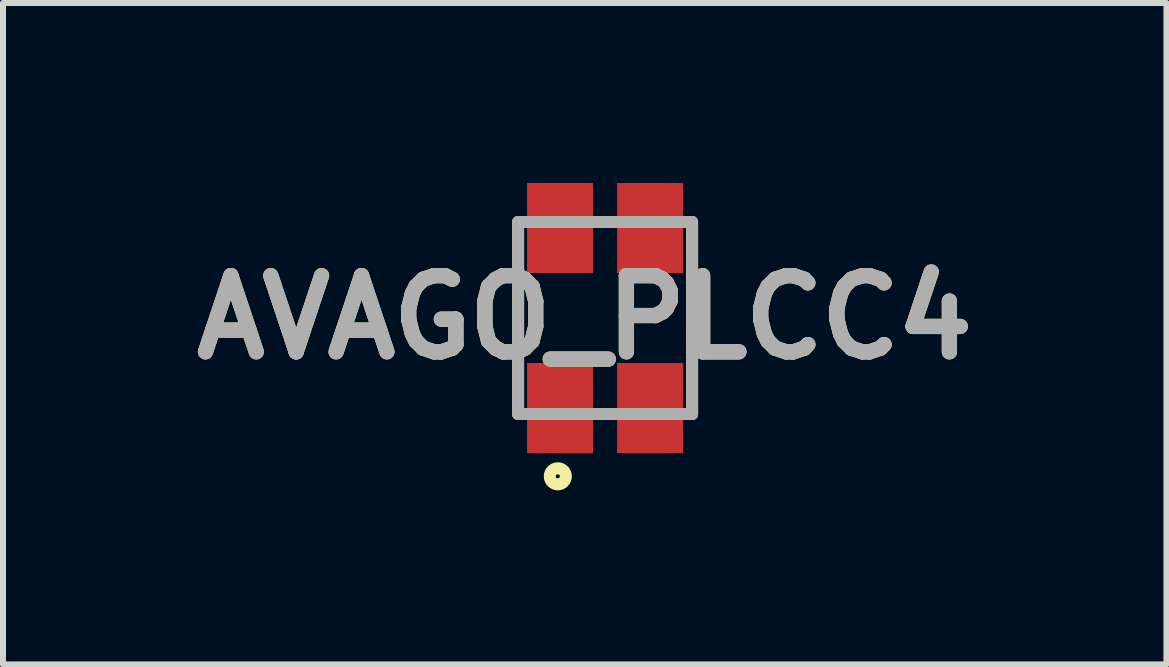
<source format=kicad_pcb>
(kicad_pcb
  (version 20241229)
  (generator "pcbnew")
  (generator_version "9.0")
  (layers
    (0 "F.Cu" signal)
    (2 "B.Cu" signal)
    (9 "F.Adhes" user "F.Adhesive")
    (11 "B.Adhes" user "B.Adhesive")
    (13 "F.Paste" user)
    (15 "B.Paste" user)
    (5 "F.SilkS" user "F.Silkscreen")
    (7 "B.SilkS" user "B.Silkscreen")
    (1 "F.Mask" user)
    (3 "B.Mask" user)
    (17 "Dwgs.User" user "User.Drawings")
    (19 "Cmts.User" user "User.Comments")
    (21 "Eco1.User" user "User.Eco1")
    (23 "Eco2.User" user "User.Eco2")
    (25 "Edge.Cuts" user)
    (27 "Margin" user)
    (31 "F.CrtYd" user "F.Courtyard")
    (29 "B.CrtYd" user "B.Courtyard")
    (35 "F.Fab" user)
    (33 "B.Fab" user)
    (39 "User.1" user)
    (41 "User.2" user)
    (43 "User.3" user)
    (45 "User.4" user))
  (footprint "AVAGO_PLCC4"
    (layer "F.Cu")
    (at 7.034 2.25)
    (property "Reference" "AVAGO_PLCC4" (at -0.34 -0.011 0) (layer "F.SilkS") (effects (font (size 1.27 1.27) (thickness 0.254))))
    (attr smd)
    (fp_line (start -1.45 -1.6) (end -1.45 1.6) (stroke (width 0.2) (type solid)) (layer "F.SilkS"))
    (fp_line (start 1.45 1.6) (end 1.45 -1.6) (stroke (width 0.2) (type solid)) (layer "F.SilkS"))
    (fp_circle (center -0.788 2.638) (end -0.788 2.672) (stroke (width 0.2) (type solid)) (fill no) (layer "F.SilkS"))
    (fp_line (start -1.45 -1.6) (end 1.45 -1.6) (stroke (width 0.2) (type solid)) (layer "F.Fab"))
    (fp_line (start -1.45 1.6) (end -1.45 -1.6) (stroke (width 0.2) (type solid)) (layer "F.Fab"))
    (fp_line (start 1.45 -1.6) (end 1.45 1.6) (stroke (width 0.2) (type solid)) (layer "F.Fab"))
    (fp_line (start 1.45 1.6) (end -1.45 1.6) (stroke (width 0.2) (type solid)) (layer "F.Fab"))
    (fp_text user "${REFERENCE}" (at -0.34 -0.011 0) (layer "F.Fab") (effects (font (size 1.27 1.27) (thickness 0.254))))
    (pad "1" smd rect (at -0.75 1.5) (size 1.1 1.5) (layers "F.Cu" "F.Mask" "F.Paste"))
    (pad "2" smd rect (at -0.75 -1.5) (size 1.1 1.5) (layers "F.Cu" "F.Mask" "F.Paste"))
    (pad "3" smd rect (at 0.75 -1.5) (size 1.1 1.5) (layers "F.Cu" "F.Mask" "F.Paste"))
    (pad "4" smd rect (at 0.75 1.5) (size 1.1 1.5) (layers "F.Cu" "F.Mask" "F.Paste")))
  (gr_rect
    (start -3 -3)
    (end 16.389 8.022)
    (stroke (width 0.1) (type default))
    (fill no)
    (layer "Edge.Cuts")))
</source>
